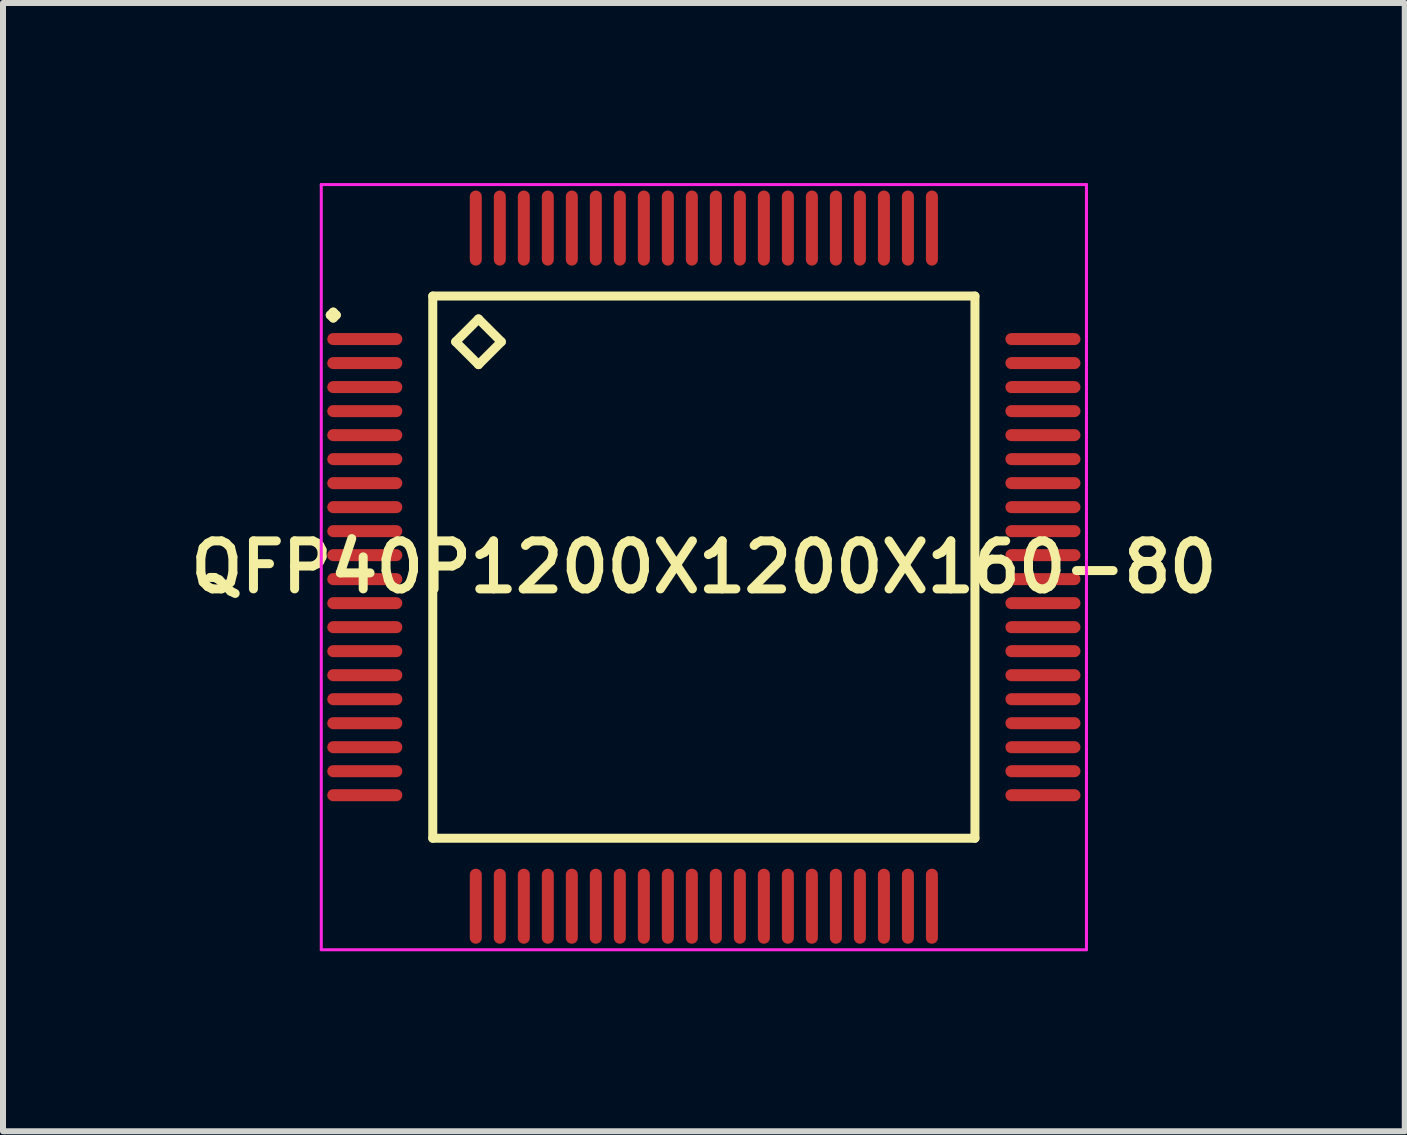
<source format=kicad_pcb>
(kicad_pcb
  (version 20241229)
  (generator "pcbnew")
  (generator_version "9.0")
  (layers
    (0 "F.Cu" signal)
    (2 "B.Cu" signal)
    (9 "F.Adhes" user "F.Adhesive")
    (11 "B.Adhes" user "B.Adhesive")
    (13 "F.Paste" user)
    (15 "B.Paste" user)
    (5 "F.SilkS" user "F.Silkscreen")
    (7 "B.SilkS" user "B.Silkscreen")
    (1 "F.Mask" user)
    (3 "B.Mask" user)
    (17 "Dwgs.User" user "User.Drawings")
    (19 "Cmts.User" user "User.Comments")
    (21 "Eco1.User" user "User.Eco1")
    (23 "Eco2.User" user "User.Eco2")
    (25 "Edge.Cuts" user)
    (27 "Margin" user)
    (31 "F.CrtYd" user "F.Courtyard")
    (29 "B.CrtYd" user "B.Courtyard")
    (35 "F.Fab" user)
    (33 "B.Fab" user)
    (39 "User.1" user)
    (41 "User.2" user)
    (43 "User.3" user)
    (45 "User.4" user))
  (footprint "QFP40P1200X1200X160-80"
    (layer "F.Cu")
    (at 8.678 6.4)
    (property "Reference" "QFP40P1200X1200X160-80" (at 0 0 0) (layer "F.SilkS") (effects (font (size 0.8 0.8) (thickness 0.15))))
    (attr smd)
    (fp_line (start -6.225 -4.2) (end -6.175 -4.25) (stroke (width 0.15) (type solid)) (layer "F.SilkS"))
    (fp_line (start -6.175 -4.25) (end -6.125 -4.2) (stroke (width 0.15) (type solid)) (layer "F.SilkS"))
    (fp_line (start -6.175 -4.15) (end -6.225 -4.2) (stroke (width 0.15) (type solid)) (layer "F.SilkS"))
    (fp_line (start -6.125 -4.2) (end -6.175 -4.15) (stroke (width 0.15) (type solid)) (layer "F.SilkS"))
    (fp_line (start -4.517 -4.517) (end -4.517 4.517) (stroke (width 0.15) (type solid)) (layer "F.SilkS"))
    (fp_line (start -4.517 4.517) (end 4.517 4.517) (stroke (width 0.15) (type solid)) (layer "F.SilkS"))
    (fp_line (start -4.136 -3.755) (end -3.755 -4.136) (stroke (width 0.15) (type solid)) (layer "F.SilkS"))
    (fp_line (start -3.755 -4.136) (end -3.374 -3.755) (stroke (width 0.15) (type solid)) (layer "F.SilkS"))
    (fp_line (start -3.755 -3.374) (end -4.136 -3.755) (stroke (width 0.15) (type solid)) (layer "F.SilkS"))
    (fp_line (start -3.374 -3.755) (end -3.755 -3.374) (stroke (width 0.15) (type solid)) (layer "F.SilkS"))
    (fp_line (start 4.517 -4.517) (end -4.517 -4.517) (stroke (width 0.15) (type solid)) (layer "F.SilkS"))
    (fp_line (start 4.517 4.517) (end 4.517 -4.517) (stroke (width 0.15) (type solid)) (layer "F.SilkS"))
    (fp_line (start -6.375 -6.375) (end 6.375 -6.375) (stroke (width 0.05) (type solid)) (layer "F.CrtYd"))
    (fp_line (start -6.375 6.375) (end -6.375 -6.375) (stroke (width 0.05) (type solid)) (layer "F.CrtYd"))
    (fp_line (start 6.375 -6.375) (end 6.375 6.375) (stroke (width 0.05) (type solid)) (layer "F.CrtYd"))
    (fp_line (start 6.375 6.375) (end -6.375 6.375) (stroke (width 0.05) (type solid)) (layer "F.CrtYd"))
    (pad "1" smd oval (at -5.65 -3.8) (size 1.25 0.2) (layers "F.Cu" "F.Mask" "F.Paste"))
    (pad "2" smd oval (at -5.65 -3.4) (size 1.25 0.2) (layers "F.Cu" "F.Mask" "F.Paste"))
    (pad "3" smd oval (at -5.65 -3) (size 1.25 0.2) (layers "F.Cu" "F.Mask" "F.Paste"))
    (pad "4" smd oval (at -5.65 -2.6) (size 1.25 0.2) (layers "F.Cu" "F.Mask" "F.Paste"))
    (pad "5" smd oval (at -5.65 -2.2) (size 1.25 0.2) (layers "F.Cu" "F.Mask" "F.Paste"))
    (pad "6" smd oval (at -5.65 -1.8) (size 1.25 0.2) (layers "F.Cu" "F.Mask" "F.Paste"))
    (pad "7" smd oval (at -5.65 -1.4) (size 1.25 0.2) (layers "F.Cu" "F.Mask" "F.Paste"))
    (pad "8" smd oval (at -5.65 -1) (size 1.25 0.2) (layers "F.Cu" "F.Mask" "F.Paste"))
    (pad "9" smd oval (at -5.65 -0.6) (size 1.25 0.2) (layers "F.Cu" "F.Mask" "F.Paste"))
    (pad "10" smd oval (at -5.65 -0.2) (size 1.25 0.2) (layers "F.Cu" "F.Mask" "F.Paste"))
    (pad "11" smd oval (at -5.65 0.2) (size 1.25 0.2) (layers "F.Cu" "F.Mask" "F.Paste"))
    (pad "12" smd oval (at -5.65 0.6) (size 1.25 0.2) (layers "F.Cu" "F.Mask" "F.Paste"))
    (pad "13" smd oval (at -5.65 1) (size 1.25 0.2) (layers "F.Cu" "F.Mask" "F.Paste"))
    (pad "14" smd oval (at -5.65 1.4) (size 1.25 0.2) (layers "F.Cu" "F.Mask" "F.Paste"))
    (pad "15" smd oval (at -5.65 1.8) (size 1.25 0.2) (layers "F.Cu" "F.Mask" "F.Paste"))
    (pad "16" smd oval (at -5.65 2.2) (size 1.25 0.2) (layers "F.Cu" "F.Mask" "F.Paste"))
    (pad "17" smd oval (at -5.65 2.6) (size 1.25 0.2) (layers "F.Cu" "F.Mask" "F.Paste"))
    (pad "18" smd oval (at -5.65 3) (size 1.25 0.2) (layers "F.Cu" "F.Mask" "F.Paste"))
    (pad "19" smd oval (at -5.65 3.4) (size 1.25 0.2) (layers "F.Cu" "F.Mask" "F.Paste"))
    (pad "20" smd oval (at -5.65 3.8) (size 1.25 0.2) (layers "F.Cu" "F.Mask" "F.Paste"))
    (pad "21" smd oval (at -3.8 5.65) (size 0.2 1.25) (layers "F.Cu" "F.Mask" "F.Paste"))
    (pad "22" smd oval (at -3.4 5.65) (size 0.2 1.25) (layers "F.Cu" "F.Mask" "F.Paste"))
    (pad "23" smd oval (at -3 5.65) (size 0.2 1.25) (layers "F.Cu" "F.Mask" "F.Paste"))
    (pad "24" smd oval (at -2.6 5.65) (size 0.2 1.25) (layers "F.Cu" "F.Mask" "F.Paste"))
    (pad "25" smd oval (at -2.2 5.65) (size 0.2 1.25) (layers "F.Cu" "F.Mask" "F.Paste"))
    (pad "26" smd oval (at -1.8 5.65) (size 0.2 1.25) (layers "F.Cu" "F.Mask" "F.Paste"))
    (pad "27" smd oval (at -1.4 5.65) (size 0.2 1.25) (layers "F.Cu" "F.Mask" "F.Paste"))
    (pad "28" smd oval (at -1 5.65) (size 0.2 1.25) (layers "F.Cu" "F.Mask" "F.Paste"))
    (pad "29" smd oval (at -0.6 5.65) (size 0.2 1.25) (layers "F.Cu" "F.Mask" "F.Paste"))
    (pad "30" smd oval (at -0.2 5.65) (size 0.2 1.25) (layers "F.Cu" "F.Mask" "F.Paste"))
    (pad "31" smd oval (at 0.2 5.65) (size 0.2 1.25) (layers "F.Cu" "F.Mask" "F.Paste"))
    (pad "32" smd oval (at 0.6 5.65) (size 0.2 1.25) (layers "F.Cu" "F.Mask" "F.Paste"))
    (pad "33" smd oval (at 1 5.65) (size 0.2 1.25) (layers "F.Cu" "F.Mask" "F.Paste"))
    (pad "34" smd oval (at 1.4 5.65) (size 0.2 1.25) (layers "F.Cu" "F.Mask" "F.Paste"))
    (pad "35" smd oval (at 1.8 5.65) (size 0.2 1.25) (layers "F.Cu" "F.Mask" "F.Paste"))
    (pad "36" smd oval (at 2.2 5.65) (size 0.2 1.25) (layers "F.Cu" "F.Mask" "F.Paste"))
    (pad "37" smd oval (at 2.6 5.65) (size 0.2 1.25) (layers "F.Cu" "F.Mask" "F.Paste"))
    (pad "38" smd oval (at 3 5.65) (size 0.2 1.25) (layers "F.Cu" "F.Mask" "F.Paste"))
    (pad "39" smd oval (at 3.4 5.65) (size 0.2 1.25) (layers "F.Cu" "F.Mask" "F.Paste"))
    (pad "40" smd oval (at 3.8 5.65) (size 0.2 1.25) (layers "F.Cu" "F.Mask" "F.Paste"))
    (pad "41" smd oval (at 5.65 3.8) (size 1.25 0.2) (layers "F.Cu" "F.Mask" "F.Paste"))
    (pad "42" smd oval (at 5.65 3.4) (size 1.25 0.2) (layers "F.Cu" "F.Mask" "F.Paste"))
    (pad "43" smd oval (at 5.65 3) (size 1.25 0.2) (layers "F.Cu" "F.Mask" "F.Paste"))
    (pad "44" smd oval (at 5.65 2.6) (size 1.25 0.2) (layers "F.Cu" "F.Mask" "F.Paste"))
    (pad "45" smd oval (at 5.65 2.2) (size 1.25 0.2) (layers "F.Cu" "F.Mask" "F.Paste"))
    (pad "46" smd oval (at 5.65 1.8) (size 1.25 0.2) (layers "F.Cu" "F.Mask" "F.Paste"))
    (pad "47" smd oval (at 5.65 1.4) (size 1.25 0.2) (layers "F.Cu" "F.Mask" "F.Paste"))
    (pad "48" smd oval (at 5.65 1) (size 1.25 0.2) (layers "F.Cu" "F.Mask" "F.Paste"))
    (pad "49" smd oval (at 5.65 0.6) (size 1.25 0.2) (layers "F.Cu" "F.Mask" "F.Paste"))
    (pad "50" smd oval (at 5.65 0.2) (size 1.25 0.2) (layers "F.Cu" "F.Mask" "F.Paste"))
    (pad "51" smd oval (at 5.65 -0.2) (size 1.25 0.2) (layers "F.Cu" "F.Mask" "F.Paste"))
    (pad "52" smd oval (at 5.65 -0.6) (size 1.25 0.2) (layers "F.Cu" "F.Mask" "F.Paste"))
    (pad "53" smd oval (at 5.65 -1) (size 1.25 0.2) (layers "F.Cu" "F.Mask" "F.Paste"))
    (pad "54" smd oval (at 5.65 -1.4) (size 1.25 0.2) (layers "F.Cu" "F.Mask" "F.Paste"))
    (pad "55" smd oval (at 5.65 -1.8) (size 1.25 0.2) (layers "F.Cu" "F.Mask" "F.Paste"))
    (pad "56" smd oval (at 5.65 -2.2) (size 1.25 0.2) (layers "F.Cu" "F.Mask" "F.Paste"))
    (pad "57" smd oval (at 5.65 -2.6) (size 1.25 0.2) (layers "F.Cu" "F.Mask" "F.Paste"))
    (pad "58" smd oval (at 5.65 -3) (size 1.25 0.2) (layers "F.Cu" "F.Mask" "F.Paste"))
    (pad "59" smd oval (at 5.65 -3.4) (size 1.25 0.2) (layers "F.Cu" "F.Mask" "F.Paste"))
    (pad "60" smd oval (at 5.65 -3.8) (size 1.25 0.2) (layers "F.Cu" "F.Mask" "F.Paste"))
    (pad "61" smd oval (at 3.8 -5.65) (size 0.2 1.25) (layers "F.Cu" "F.Mask" "F.Paste"))
    (pad "62" smd oval (at 3.4 -5.65) (size 0.2 1.25) (layers "F.Cu" "F.Mask" "F.Paste"))
    (pad "63" smd oval (at 3 -5.65) (size 0.2 1.25) (layers "F.Cu" "F.Mask" "F.Paste"))
    (pad "64" smd oval (at 2.6 -5.65) (size 0.2 1.25) (layers "F.Cu" "F.Mask" "F.Paste"))
    (pad "65" smd oval (at 2.2 -5.65) (size 0.2 1.25) (layers "F.Cu" "F.Mask" "F.Paste"))
    (pad "66" smd oval (at 1.8 -5.65) (size 0.2 1.25) (layers "F.Cu" "F.Mask" "F.Paste"))
    (pad "67" smd oval (at 1.4 -5.65) (size 0.2 1.25) (layers "F.Cu" "F.Mask" "F.Paste"))
    (pad "68" smd oval (at 1 -5.65) (size 0.2 1.25) (layers "F.Cu" "F.Mask" "F.Paste"))
    (pad "69" smd oval (at 0.6 -5.65) (size 0.2 1.25) (layers "F.Cu" "F.Mask" "F.Paste"))
    (pad "70" smd oval (at 0.2 -5.65) (size 0.2 1.25) (layers "F.Cu" "F.Mask" "F.Paste"))
    (pad "71" smd oval (at -0.2 -5.65) (size 0.2 1.25) (layers "F.Cu" "F.Mask" "F.Paste"))
    (pad "72" smd oval (at -0.6 -5.65) (size 0.2 1.25) (layers "F.Cu" "F.Mask" "F.Paste"))
    (pad "73" smd oval (at -1 -5.65) (size 0.2 1.25) (layers "F.Cu" "F.Mask" "F.Paste"))
    (pad "74" smd oval (at -1.4 -5.65) (size 0.2 1.25) (layers "F.Cu" "F.Mask" "F.Paste"))
    (pad "75" smd oval (at -1.8 -5.65) (size 0.2 1.25) (layers "F.Cu" "F.Mask" "F.Paste"))
    (pad "76" smd oval (at -2.2 -5.65) (size 0.2 1.25) (layers "F.Cu" "F.Mask" "F.Paste"))
    (pad "77" smd oval (at -2.6 -5.65) (size 0.2 1.25) (layers "F.Cu" "F.Mask" "F.Paste"))
    (pad "78" smd oval (at -3 -5.65) (size 0.2 1.25) (layers "F.Cu" "F.Mask" "F.Paste"))
    (pad "79" smd oval (at -3.4 -5.65) (size 0.2 1.25) (layers "F.Cu" "F.Mask" "F.Paste"))
    (pad "80" smd oval (at -3.8 -5.65) (size 0.2 1.25) (layers "F.Cu" "F.Mask" "F.Paste")))
  (gr_rect
    (start -3 -3)
    (end 20.357 15.8)
    (stroke (width 0.1) (type default))
    (fill no)
    (layer "Edge.Cuts")))
</source>
